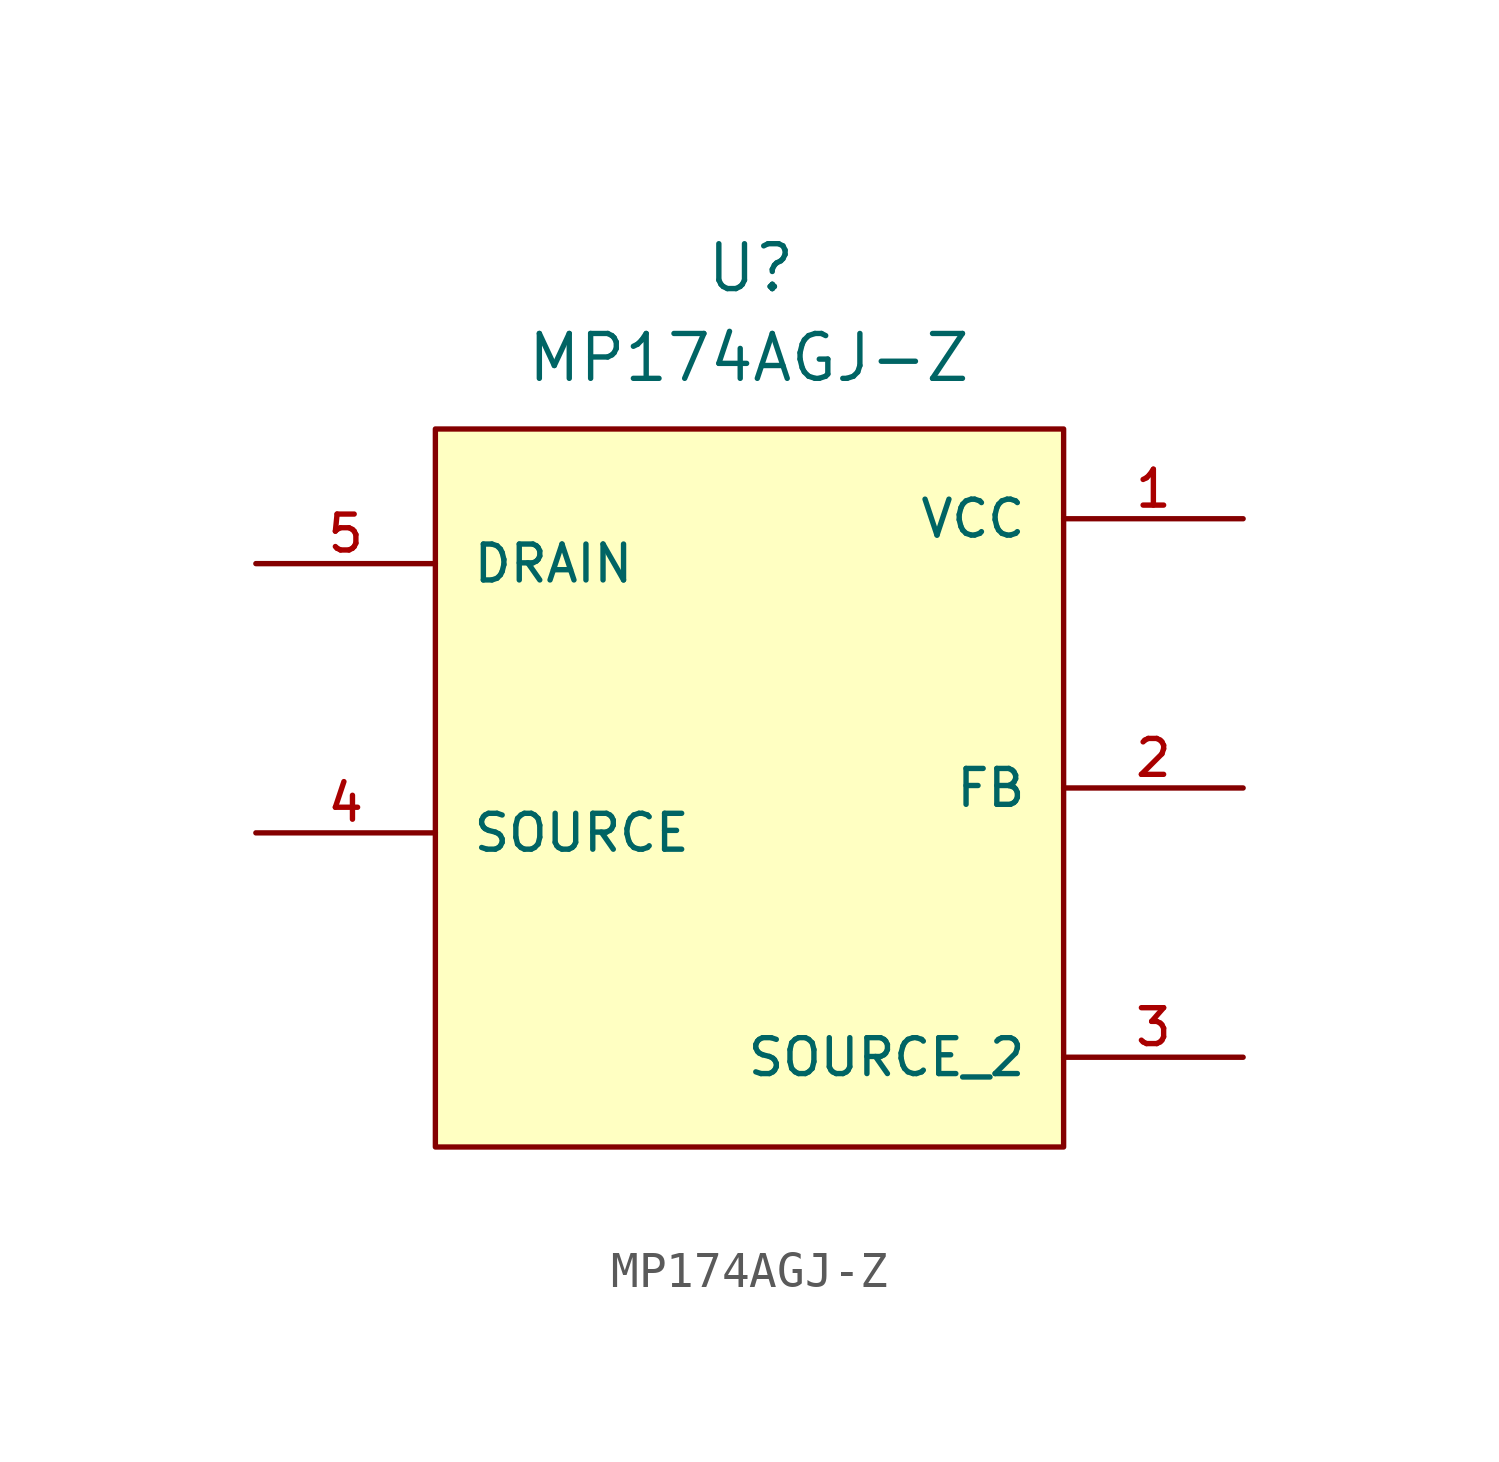
<source format=kicad_sym>
(kicad_symbol_lib
  (version 20220914)
  (generator kicad_symbol_editor)
  (symbol "MP174AGJ-Z"
    (pin_names
      (offset 1.016))
    (property "Reference" "U"
      (at 15.24 8.89 0)
      (effects (font (size 1.27 1.27)) (justify left bottom)))
    (property "Value" "MP174AGJ-Z"
      (at 10.16 6.35 0)
      (effects (font (size 1.27 1.27)) (justify left bottom)))
    (symbol "MP174AGJ-Z_0_0"
      (rectangle (start 7.62 5.08) (end 25.4 -15.24) (stroke (width 0.152) (type default)) (fill (type background)))
      (pin power_in line (at 30.48 2.54 180) (length 5.08) (name "VCC" (effects (font (size 1.016 1.016)))) (number "1" (effects (font (size 1.016 1.016)))))
      (pin passive line (at 30.48 -5.08 180) (length 5.08) (name "FB" (effects (font (size 1.016 1.016)))) (number "2" (effects (font (size 1.016 1.016)))))
      (pin passive line (at 30.48 -12.7 180) (length 5.08) (name "SOURCE_2" (effects (font (size 1.016 1.016)))) (number "3" (effects (font (size 1.016 1.016)))))
      (pin passive line (at 2.54 -6.35 0) (length 5.08) (name "SOURCE" (effects (font (size 1.016 1.016)))) (number "4" (effects (font (size 1.016 1.016)))))
      (pin input line (at 2.54 1.27 0) (length 5.08) (name "DRAIN" (effects (font (size 1.016 1.016)))) (number "5" (effects (font (size 1.016 1.016))))))))
</source>
